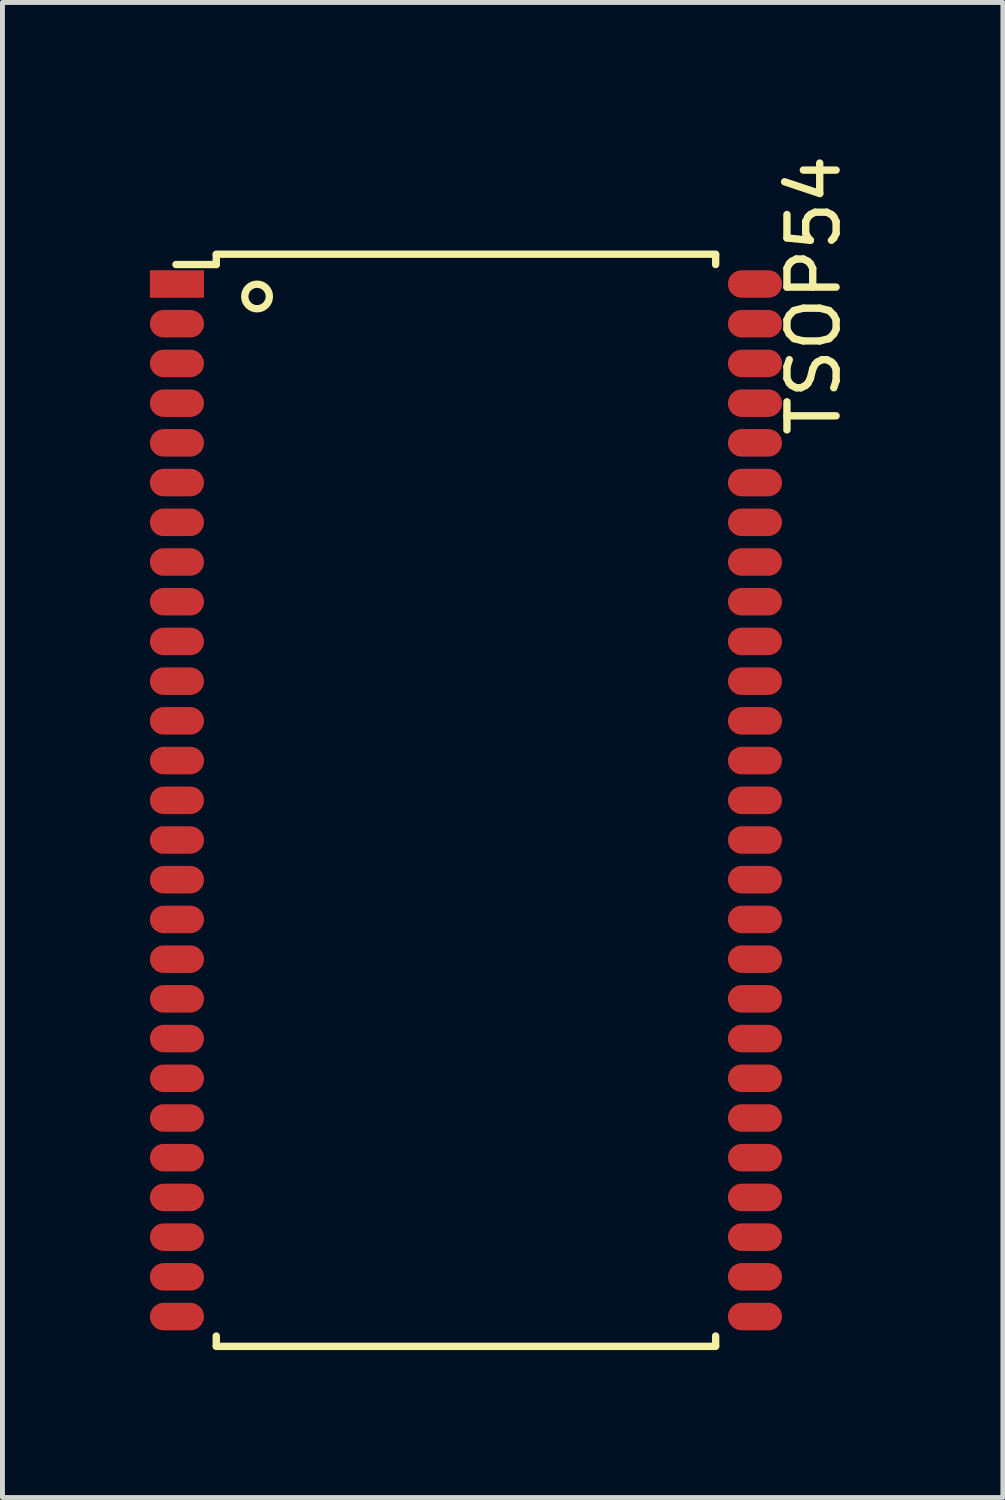
<source format=kicad_pcb>
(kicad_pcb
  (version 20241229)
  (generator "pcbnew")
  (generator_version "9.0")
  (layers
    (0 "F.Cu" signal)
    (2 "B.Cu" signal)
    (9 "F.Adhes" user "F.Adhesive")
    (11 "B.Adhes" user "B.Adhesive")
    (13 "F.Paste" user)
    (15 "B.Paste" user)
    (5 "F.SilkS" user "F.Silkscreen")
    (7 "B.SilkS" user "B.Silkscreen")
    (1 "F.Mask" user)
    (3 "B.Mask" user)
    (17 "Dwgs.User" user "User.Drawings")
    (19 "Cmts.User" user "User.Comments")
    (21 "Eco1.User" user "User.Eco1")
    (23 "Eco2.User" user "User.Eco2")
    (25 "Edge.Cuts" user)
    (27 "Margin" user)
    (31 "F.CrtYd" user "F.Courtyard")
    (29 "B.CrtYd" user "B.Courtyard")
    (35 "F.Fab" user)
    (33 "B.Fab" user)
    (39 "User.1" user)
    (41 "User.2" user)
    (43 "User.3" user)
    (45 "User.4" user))
  (footprint "TSOP54"
    (layer "F.Cu")
    (at 6.43 13.232)
    (property "Reference" "TSOP54" (at 7.076 -10.274 90) (layer "F.SilkS") (effects (font (size 1 1) (thickness 0.15))))
    (attr smd)
    (fp_line (start -5.08 -11.11) (end 5.08 -11.11) (stroke (width 0.15) (type solid)) (layer "F.SilkS"))
    (fp_line (start -5.08 -11.1) (end -5.08 -10.9) (stroke (width 0.15) (type solid)) (layer "F.SilkS"))
    (fp_line (start -5.08 -10.9) (end -5.9 -10.9) (stroke (width 0.15) (type solid)) (layer "F.SilkS"))
    (fp_line (start -5.08 11.1) (end -5.08 10.9) (stroke (width 0.15) (type solid)) (layer "F.SilkS"))
    (fp_line (start 5.08 -11.1) (end 5.08 -10.9) (stroke (width 0.15) (type solid)) (layer "F.SilkS"))
    (fp_line (start 5.08 11.1) (end 5.08 10.9) (stroke (width 0.15) (type solid)) (layer "F.SilkS"))
    (fp_line (start 5.08 11.11) (end -5.08 11.11) (stroke (width 0.15) (type solid)) (layer "F.SilkS"))
    (fp_circle (center -4.25 -10.25) (end -4 -10.25) (stroke (width 0.15) (type solid)) (fill no) (layer "F.SilkS"))
    (pad "1" smd rect (at -5.88 -10.504) (size 1.1 0.56) (layers "F.Cu" "F.Mask" "F.Paste"))
    (pad "2" smd oval (at -5.88 -9.696) (size 1.1 0.56) (layers "F.Cu" "F.Mask" "F.Paste"))
    (pad "3" smd oval (at -5.88 -8.888) (size 1.1 0.56) (layers "F.Cu" "F.Mask" "F.Paste"))
    (pad "4" smd oval (at -5.88 -8.08) (size 1.1 0.56) (layers "F.Cu" "F.Mask" "F.Paste"))
    (pad "5" smd oval (at -5.88 -7.272) (size 1.1 0.56) (layers "F.Cu" "F.Mask" "F.Paste"))
    (pad "6" smd oval (at -5.88 -6.464) (size 1.1 0.56) (layers "F.Cu" "F.Mask" "F.Paste"))
    (pad "7" smd oval (at -5.88 -5.656) (size 1.1 0.56) (layers "F.Cu" "F.Mask" "F.Paste"))
    (pad "8" smd oval (at -5.88 -4.848) (size 1.1 0.56) (layers "F.Cu" "F.Mask" "F.Paste"))
    (pad "9" smd oval (at -5.88 -4.04) (size 1.1 0.56) (layers "F.Cu" "F.Mask" "F.Paste"))
    (pad "10" smd oval (at -5.88 -3.232) (size 1.1 0.56) (layers "F.Cu" "F.Mask" "F.Paste"))
    (pad "11" smd oval (at -5.88 -2.424) (size 1.1 0.56) (layers "F.Cu" "F.Mask" "F.Paste"))
    (pad "12" smd oval (at -5.88 -1.616) (size 1.1 0.56) (layers "F.Cu" "F.Mask" "F.Paste"))
    (pad "13" smd oval (at -5.88 -0.808) (size 1.1 0.56) (layers "F.Cu" "F.Mask" "F.Paste"))
    (pad "14" smd oval (at -5.88 0) (size 1.1 0.56) (layers "F.Cu" "F.Mask" "F.Paste"))
    (pad "15" smd oval (at -5.88 0.808) (size 1.1 0.56) (layers "F.Cu" "F.Mask" "F.Paste"))
    (pad "16" smd oval (at -5.88 1.616) (size 1.1 0.56) (layers "F.Cu" "F.Mask" "F.Paste"))
    (pad "17" smd oval (at -5.88 2.424) (size 1.1 0.56) (layers "F.Cu" "F.Mask" "F.Paste"))
    (pad "18" smd oval (at -5.88 3.232) (size 1.1 0.56) (layers "F.Cu" "F.Mask" "F.Paste"))
    (pad "19" smd oval (at -5.88 4.04) (size 1.1 0.56) (layers "F.Cu" "F.Mask" "F.Paste"))
    (pad "20" smd oval (at -5.88 4.848) (size 1.1 0.56) (layers "F.Cu" "F.Mask" "F.Paste"))
    (pad "21" smd oval (at -5.88 5.656) (size 1.1 0.56) (layers "F.Cu" "F.Mask" "F.Paste"))
    (pad "22" smd oval (at -5.88 6.464) (size 1.1 0.56) (layers "F.Cu" "F.Mask" "F.Paste"))
    (pad "23" smd oval (at -5.88 7.272) (size 1.1 0.56) (layers "F.Cu" "F.Mask" "F.Paste"))
    (pad "24" smd oval (at -5.88 8.08) (size 1.1 0.56) (layers "F.Cu" "F.Mask" "F.Paste"))
    (pad "25" smd oval (at -5.88 8.888) (size 1.1 0.56) (layers "F.Cu" "F.Mask" "F.Paste"))
    (pad "26" smd oval (at -5.88 9.696) (size 1.1 0.56) (layers "F.Cu" "F.Mask" "F.Paste"))
    (pad "27" smd oval (at -5.88 10.504) (size 1.1 0.56) (layers "F.Cu" "F.Mask" "F.Paste"))
    (pad "28" smd oval (at 5.88 10.504) (size 1.1 0.56) (layers "F.Cu" "F.Mask" "F.Paste"))
    (pad "29" smd oval (at 5.88 9.696) (size 1.1 0.56) (layers "F.Cu" "F.Mask" "F.Paste"))
    (pad "30" smd oval (at 5.88 8.888) (size 1.1 0.56) (layers "F.Cu" "F.Mask" "F.Paste"))
    (pad "31" smd oval (at 5.88 8.08) (size 1.1 0.56) (layers "F.Cu" "F.Mask" "F.Paste"))
    (pad "32" smd oval (at 5.88 7.272) (size 1.1 0.56) (layers "F.Cu" "F.Mask" "F.Paste"))
    (pad "33" smd oval (at 5.88 6.464) (size 1.1 0.56) (layers "F.Cu" "F.Mask" "F.Paste"))
    (pad "34" smd oval (at 5.88 5.656) (size 1.1 0.56) (layers "F.Cu" "F.Mask" "F.Paste"))
    (pad "35" smd oval (at 5.88 4.848) (size 1.1 0.56) (layers "F.Cu" "F.Mask" "F.Paste"))
    (pad "36" smd oval (at 5.88 4.04) (size 1.1 0.56) (layers "F.Cu" "F.Mask" "F.Paste"))
    (pad "37" smd oval (at 5.88 3.232) (size 1.1 0.56) (layers "F.Cu" "F.Mask" "F.Paste"))
    (pad "38" smd oval (at 5.88 2.424) (size 1.1 0.56) (layers "F.Cu" "F.Mask" "F.Paste"))
    (pad "39" smd oval (at 5.88 1.616) (size 1.1 0.56) (layers "F.Cu" "F.Mask" "F.Paste"))
    (pad "40" smd oval (at 5.88 0.808) (size 1.1 0.56) (layers "F.Cu" "F.Mask" "F.Paste"))
    (pad "41" smd oval (at 5.88 0) (size 1.1 0.56) (layers "F.Cu" "F.Mask" "F.Paste"))
    (pad "42" smd oval (at 5.88 -0.808) (size 1.1 0.56) (layers "F.Cu" "F.Mask" "F.Paste"))
    (pad "43" smd oval (at 5.88 -1.616) (size 1.1 0.56) (layers "F.Cu" "F.Mask" "F.Paste"))
    (pad "44" smd oval (at 5.88 -2.424) (size 1.1 0.56) (layers "F.Cu" "F.Mask" "F.Paste"))
    (pad "45" smd oval (at 5.88 -3.232) (size 1.1 0.56) (layers "F.Cu" "F.Mask" "F.Paste"))
    (pad "46" smd oval (at 5.88 -4.04) (size 1.1 0.56) (layers "F.Cu" "F.Mask" "F.Paste"))
    (pad "47" smd oval (at 5.88 -4.848) (size 1.1 0.56) (layers "F.Cu" "F.Mask" "F.Paste"))
    (pad "48" smd oval (at 5.88 -5.656) (size 1.1 0.56) (layers "F.Cu" "F.Mask" "F.Paste"))
    (pad "49" smd oval (at 5.88 -6.464) (size 1.1 0.56) (layers "F.Cu" "F.Mask" "F.Paste"))
    (pad "50" smd oval (at 5.88 -7.272) (size 1.1 0.56) (layers "F.Cu" "F.Mask" "F.Paste"))
    (pad "51" smd oval (at 5.88 -8.08) (size 1.1 0.56) (layers "F.Cu" "F.Mask" "F.Paste"))
    (pad "52" smd oval (at 5.88 -8.888) (size 1.1 0.56) (layers "F.Cu" "F.Mask" "F.Paste"))
    (pad "53" smd oval (at 5.88 -9.696) (size 1.1 0.56) (layers "F.Cu" "F.Mask" "F.Paste"))
    (pad "54" smd oval (at 5.88 -10.504) (size 1.1 0.56) (layers "F.Cu" "F.Mask" "F.Paste")))
  (gr_rect
    (start -3 -3)
    (end 17.354 27.417)
    (stroke (width 0.1) (type default))
    (fill no)
    (layer "Edge.Cuts")))
</source>
